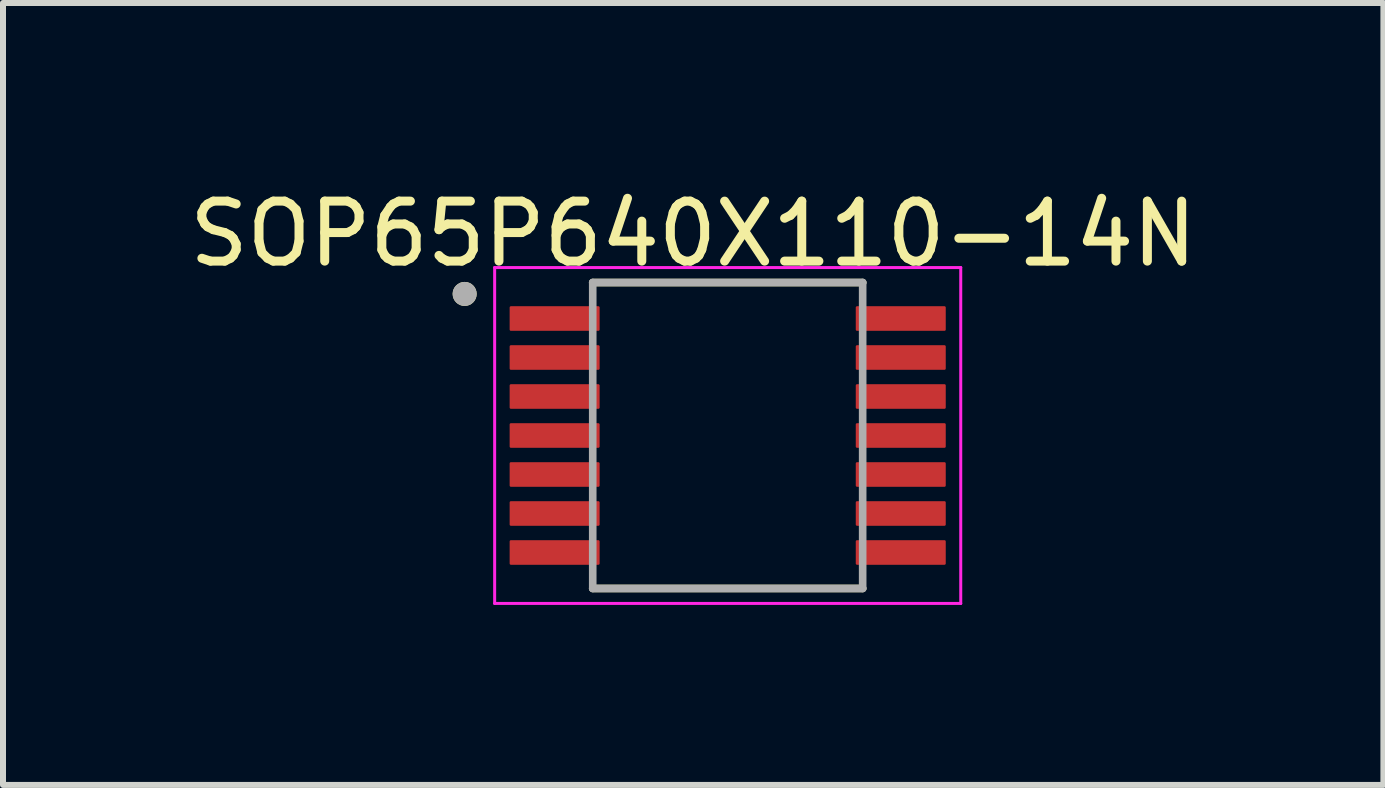
<source format=kicad_pcb>
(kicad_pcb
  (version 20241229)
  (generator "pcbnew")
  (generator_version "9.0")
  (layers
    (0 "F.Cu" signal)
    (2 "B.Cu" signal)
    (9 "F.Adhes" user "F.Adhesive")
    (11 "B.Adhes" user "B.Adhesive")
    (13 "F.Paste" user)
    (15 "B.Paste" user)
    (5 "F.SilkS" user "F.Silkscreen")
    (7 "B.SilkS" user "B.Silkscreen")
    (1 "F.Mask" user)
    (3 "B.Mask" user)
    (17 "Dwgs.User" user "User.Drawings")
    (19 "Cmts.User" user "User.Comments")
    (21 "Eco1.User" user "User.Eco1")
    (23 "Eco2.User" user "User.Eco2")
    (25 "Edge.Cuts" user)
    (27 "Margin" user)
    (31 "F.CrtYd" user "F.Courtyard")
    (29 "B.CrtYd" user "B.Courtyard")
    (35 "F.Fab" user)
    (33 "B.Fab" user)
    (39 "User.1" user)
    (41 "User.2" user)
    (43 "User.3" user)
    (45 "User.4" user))
  (footprint "SOP65P640X110-14N"
    (layer "F.Cu")
    (at 9.081 4.21)
    (property "Reference" "SOP65P640X110-14N" (at -0.575 -3.362 0) (layer "F.SilkS") (effects (font (size 1 1) (thickness 0.15))))
    (attr smd)
    (fp_line (start -2.25 -2.55) (end 2.25 -2.55) (stroke (width 0.127) (type solid)) (layer "F.SilkS"))
    (fp_line (start -2.25 2.55) (end 2.25 2.55) (stroke (width 0.127) (type solid)) (layer "F.SilkS"))
    (fp_circle (center -4.385 -2.36) (end -4.285 -2.36) (stroke (width 0.2) (type solid)) (fill no) (layer "F.SilkS"))
    (fp_line (start -3.885 -2.8) (end -3.885 2.8) (stroke (width 0.05) (type solid)) (layer "F.CrtYd"))
    (fp_line (start -3.885 -2.8) (end 3.885 -2.8) (stroke (width 0.05) (type solid)) (layer "F.CrtYd"))
    (fp_line (start -3.885 2.8) (end 3.885 2.8) (stroke (width 0.05) (type solid)) (layer "F.CrtYd"))
    (fp_line (start 3.885 -2.8) (end 3.885 2.8) (stroke (width 0.05) (type solid)) (layer "F.CrtYd"))
    (fp_line (start -2.25 -2.55) (end -2.25 2.55) (stroke (width 0.127) (type solid)) (layer "F.Fab"))
    (fp_line (start -2.25 -2.55) (end 2.25 -2.55) (stroke (width 0.127) (type solid)) (layer "F.Fab"))
    (fp_line (start -2.25 2.55) (end 2.25 2.55) (stroke (width 0.127) (type solid)) (layer "F.Fab"))
    (fp_line (start 2.25 -2.55) (end 2.25 2.55) (stroke (width 0.127) (type solid)) (layer "F.Fab"))
    (fp_circle (center -4.385 -2.36) (end -4.285 -2.36) (stroke (width 0.2) (type solid)) (fill no) (layer "F.Fab"))
    (pad "1" smd roundrect (at -2.885 -1.95) (size 1.5 0.41) (layers "F.Cu" "F.Mask" "F.Paste") (roundrect_rratio 0.05))
    (pad "2" smd roundrect (at -2.885 -1.3) (size 1.5 0.41) (layers "F.Cu" "F.Mask" "F.Paste") (roundrect_rratio 0.05))
    (pad "3" smd roundrect (at -2.885 -0.65) (size 1.5 0.41) (layers "F.Cu" "F.Mask" "F.Paste") (roundrect_rratio 0.05))
    (pad "4" smd roundrect (at -2.885 0) (size 1.5 0.41) (layers "F.Cu" "F.Mask" "F.Paste") (roundrect_rratio 0.05))
    (pad "5" smd roundrect (at -2.885 0.65) (size 1.5 0.41) (layers "F.Cu" "F.Mask" "F.Paste") (roundrect_rratio 0.05))
    (pad "6" smd roundrect (at -2.885 1.3) (size 1.5 0.41) (layers "F.Cu" "F.Mask" "F.Paste") (roundrect_rratio 0.05))
    (pad "7" smd roundrect (at -2.885 1.95) (size 1.5 0.41) (layers "F.Cu" "F.Mask" "F.Paste") (roundrect_rratio 0.05))
    (pad "8" smd roundrect (at 2.885 1.95) (size 1.5 0.41) (layers "F.Cu" "F.Mask" "F.Paste") (roundrect_rratio 0.05))
    (pad "9" smd roundrect (at 2.885 1.3) (size 1.5 0.41) (layers "F.Cu" "F.Mask" "F.Paste") (roundrect_rratio 0.05))
    (pad "10" smd roundrect (at 2.885 0.65) (size 1.5 0.41) (layers "F.Cu" "F.Mask" "F.Paste") (roundrect_rratio 0.05))
    (pad "11" smd roundrect (at 2.885 0) (size 1.5 0.41) (layers "F.Cu" "F.Mask" "F.Paste") (roundrect_rratio 0.05))
    (pad "12" smd roundrect (at 2.885 -0.65) (size 1.5 0.41) (layers "F.Cu" "F.Mask" "F.Paste") (roundrect_rratio 0.05))
    (pad "13" smd roundrect (at 2.885 -1.3) (size 1.5 0.41) (layers "F.Cu" "F.Mask" "F.Paste") (roundrect_rratio 0.05))
    (pad "14" smd roundrect (at 2.885 -1.95) (size 1.5 0.41) (layers "F.Cu" "F.Mask" "F.Paste") (roundrect_rratio 0.05)))
  (gr_rect
    (start -3 -3)
    (end 20.012 10.035)
    (stroke (width 0.1) (type default))
    (fill no)
    (layer "Edge.Cuts")))
</source>
